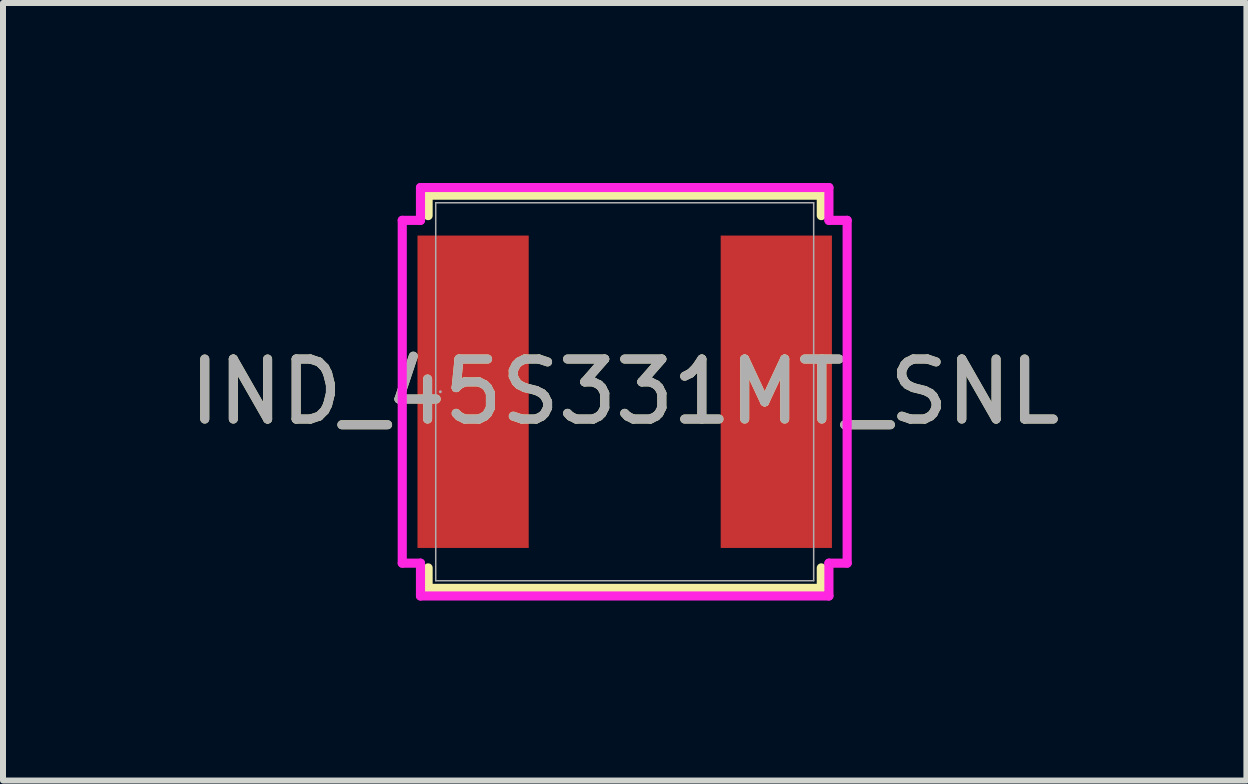
<source format=kicad_pcb>
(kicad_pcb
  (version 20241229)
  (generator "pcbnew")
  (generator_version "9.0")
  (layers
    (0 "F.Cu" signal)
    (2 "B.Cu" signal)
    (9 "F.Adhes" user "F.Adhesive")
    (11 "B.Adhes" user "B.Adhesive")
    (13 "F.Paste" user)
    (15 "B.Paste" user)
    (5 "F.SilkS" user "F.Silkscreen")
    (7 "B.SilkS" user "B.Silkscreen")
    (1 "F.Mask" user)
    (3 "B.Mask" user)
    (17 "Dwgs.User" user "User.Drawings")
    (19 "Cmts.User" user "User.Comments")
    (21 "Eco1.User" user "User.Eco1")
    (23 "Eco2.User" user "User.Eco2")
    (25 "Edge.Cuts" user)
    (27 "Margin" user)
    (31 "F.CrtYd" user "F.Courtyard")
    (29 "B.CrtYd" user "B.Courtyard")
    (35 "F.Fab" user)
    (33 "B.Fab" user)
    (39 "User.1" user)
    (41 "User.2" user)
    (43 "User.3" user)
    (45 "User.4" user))
  (footprint "IND_45S331MT_SNL"
    (layer "F.Cu")
    (at 7.363 3.48)
    (property "Reference" "IND_45S331MT_SNL" (at 0 0 0) (unlocked yes) (layer "F.SilkS") (effects (font (size 1 1) (thickness 0.15))))
    (attr smd)
    (fp_line (start -3.277 -3.277) (end -3.277 -2.936) (stroke (width 0.152) (type solid)) (layer "F.SilkS"))
    (fp_line (start -3.277 2.936) (end -3.277 3.277) (stroke (width 0.152) (type solid)) (layer "F.SilkS"))
    (fp_line (start -3.277 3.277) (end 3.277 3.277) (stroke (width 0.152) (type solid)) (layer "F.SilkS"))
    (fp_line (start 3.277 -3.277) (end -3.277 -3.277) (stroke (width 0.152) (type solid)) (layer "F.SilkS"))
    (fp_line (start 3.277 -2.936) (end 3.277 -3.277) (stroke (width 0.152) (type solid)) (layer "F.SilkS"))
    (fp_line (start 3.277 3.277) (end 3.277 2.936) (stroke (width 0.152) (type solid)) (layer "F.SilkS"))
    (fp_line (start -3.708 -2.857) (end -3.404 -2.857) (stroke (width 0.152) (type solid)) (layer "F.CrtYd"))
    (fp_line (start -3.708 2.857) (end -3.708 -2.857) (stroke (width 0.152) (type solid)) (layer "F.CrtYd"))
    (fp_line (start -3.404 -3.404) (end 3.404 -3.404) (stroke (width 0.152) (type solid)) (layer "F.CrtYd"))
    (fp_line (start -3.404 -2.857) (end -3.404 -3.404) (stroke (width 0.152) (type solid)) (layer "F.CrtYd"))
    (fp_line (start -3.404 2.857) (end -3.708 2.857) (stroke (width 0.152) (type solid)) (layer "F.CrtYd"))
    (fp_line (start -3.404 3.404) (end -3.404 2.857) (stroke (width 0.152) (type solid)) (layer "F.CrtYd"))
    (fp_line (start 3.404 -3.404) (end 3.404 -2.857) (stroke (width 0.152) (type solid)) (layer "F.CrtYd"))
    (fp_line (start 3.404 -2.857) (end 3.708 -2.857) (stroke (width 0.152) (type solid)) (layer "F.CrtYd"))
    (fp_line (start 3.404 2.857) (end 3.404 3.404) (stroke (width 0.152) (type solid)) (layer "F.CrtYd"))
    (fp_line (start 3.404 3.404) (end -3.404 3.404) (stroke (width 0.152) (type solid)) (layer "F.CrtYd"))
    (fp_line (start 3.708 -2.857) (end 3.708 2.857) (stroke (width 0.152) (type solid)) (layer "F.CrtYd"))
    (fp_line (start 3.708 2.857) (end 3.404 2.857) (stroke (width 0.152) (type solid)) (layer "F.CrtYd"))
    (fp_line (start -3.15 -3.15) (end -3.15 3.15) (stroke (width 0.025) (type solid)) (layer "F.Fab"))
    (fp_line (start -3.15 3.15) (end 3.15 3.15) (stroke (width 0.025) (type solid)) (layer "F.Fab"))
    (fp_line (start 3.15 -3.15) (end -3.15 -3.15) (stroke (width 0.025) (type solid)) (layer "F.Fab"))
    (fp_line (start 3.15 3.15) (end 3.15 -3.15) (stroke (width 0.025) (type solid)) (layer "F.Fab"))
    (fp_circle (center -3.073 0) (end -3.073 0) (stroke (width 0.025) (type solid)) (fill no) (layer "F.Fab"))
    (fp_text user "${REFERENCE}" (at 0 0 0) (unlocked yes) (layer "F.Fab") (effects (font (size 1 1) (thickness 0.15))))
    (pad "1" smd rect (at -2.527 0) (size 1.854 5.207) (layers "F.Cu" "F.Mask" "F.Paste"))
    (pad "2" smd rect (at 2.527 0) (size 1.854 5.207) (layers "F.Cu" "F.Mask" "F.Paste"))
    (zone (net_name "") (layer "F.Cu") (hatch full 0.508) (connect_pads) (min_thickness 0.254) (filled_areas_thickness no) (keepout (tracks not_allowed) (vias not_allowed) (pads allowed) (copperpour not_allowed) (footprints allowed)) (placement (enabled no)) (fill) (polygon (pts (xy 5.814 0.381) (xy 8.912 0.381) (xy 8.912 6.579) (xy 5.814 6.579)))))
  (gr_rect
    (start -3 -3)
    (end 17.726 9.96)
    (stroke (width 0.1) (type default))
    (fill no)
    (layer "Edge.Cuts")))
</source>
